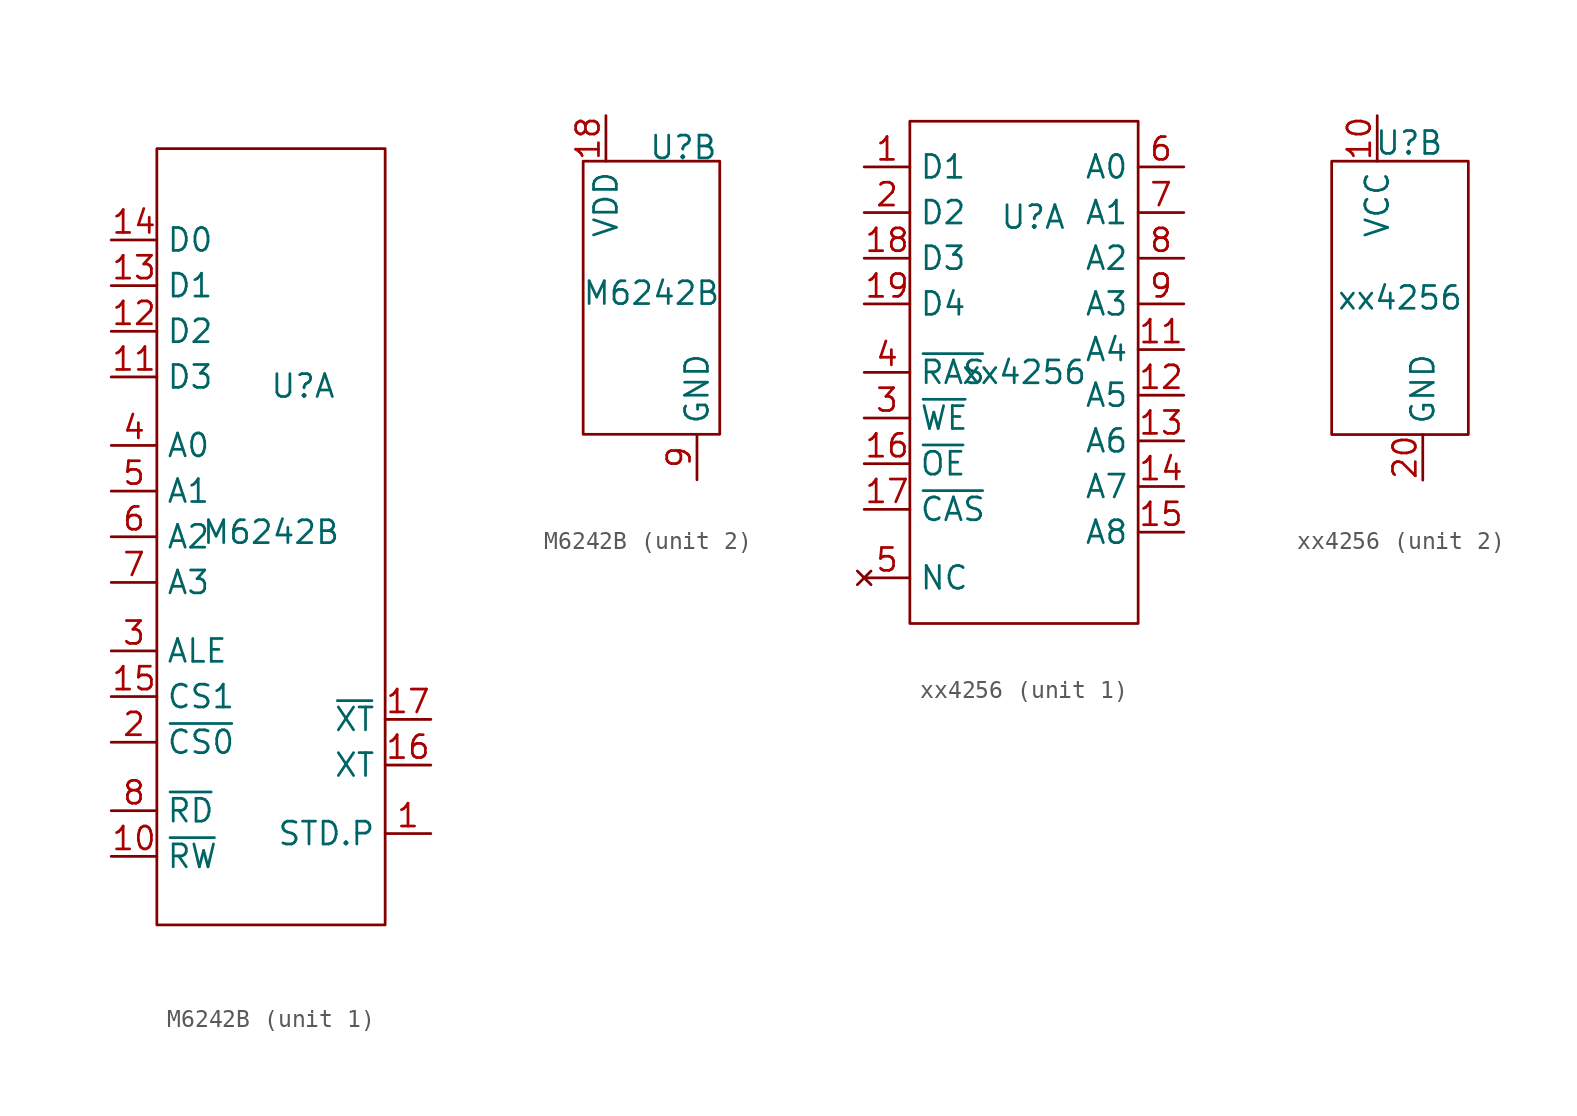
<source format=kicad_sym>
(kicad_symbol_lib
  (version 20241209)
  (generator "kicad_symbol_editor")
  (generator_version "9.0")
  (symbol "M6242B"
    (property "Reference" "U"
      (at 1.778 8.382 0)
      (effects (font (size 1.27 1.27))))
    (property "Value" "M6242B"
      (at 0 0.254 0)
      (effects (font (size 1.27 1.27))))
    (property "ki_locked" ""
      (at 0 0 0)
      (effects (font (size 1.27 1.27))))
    (symbol "M6242B_1_0"
      (rectangle (start -6.35 21.59) (end 6.35 -21.59) (stroke (width 0) (type solid)) (fill (type none))))
    (symbol "M6242B_1_1"
      (pin bidirectional line (at -8.89 16.51 0) (length 2.54) (name "D0" (effects (font (size 1.27 1.27)))) (number "14" (effects (font (size 1.27 1.27)))))
      (pin bidirectional line (at -8.89 13.97 0) (length 2.54) (name "D1" (effects (font (size 1.27 1.27)))) (number "13" (effects (font (size 1.27 1.27)))))
      (pin bidirectional line (at -8.89 11.43 0) (length 2.54) (name "D2" (effects (font (size 1.27 1.27)))) (number "12" (effects (font (size 1.27 1.27)))))
      (pin bidirectional line (at -8.89 8.89 0) (length 2.54) (name "D3" (effects (font (size 1.27 1.27)))) (number "11" (effects (font (size 1.27 1.27)))))
      (pin input line (at -8.89 5.08 0) (length 2.54) (name "A0" (effects (font (size 1.27 1.27)))) (number "4" (effects (font (size 1.27 1.27)))))
      (pin input line (at -8.89 2.54 0) (length 2.54) (name "A1" (effects (font (size 1.27 1.27)))) (number "5" (effects (font (size 1.27 1.27)))))
      (pin input line (at -8.89 0 0) (length 2.54) (name "A2" (effects (font (size 1.27 1.27)))) (number "6" (effects (font (size 1.27 1.27)))))
      (pin input line (at -8.89 -2.54 0) (length 2.54) (name "A3" (effects (font (size 1.27 1.27)))) (number "7" (effects (font (size 1.27 1.27)))))
      (pin input line (at -8.89 -6.35 0) (length 2.54) (name "ALE" (effects (font (size 1.27 1.27)))) (number "3" (effects (font (size 1.27 1.27)))))
      (pin input line (at -8.89 -8.89 0) (length 2.54) (name "CS1" (effects (font (size 1.27 1.27)))) (number "15" (effects (font (size 1.27 1.27)))))
      (pin input line (at -8.89 -11.43 0) (length 2.54) (name "~{CS0}" (effects (font (size 1.27 1.27)))) (number "2" (effects (font (size 1.27 1.27)))))
      (pin input line (at -8.89 -15.24 0) (length 2.54) (name "~{RD}" (effects (font (size 1.27 1.27)))) (number "8" (effects (font (size 1.27 1.27)))))
      (pin input line (at -8.89 -17.78 0) (length 2.54) (name "~{RW}" (effects (font (size 1.27 1.27)))) (number "10" (effects (font (size 1.27 1.27)))))
      (pin input line (at 8.89 -10.16 180) (length 2.54) (name "~{XT}" (effects (font (size 1.27 1.27)))) (number "17" (effects (font (size 1.27 1.27)))))
      (pin input line (at 8.89 -12.7 180) (length 2.54) (name "XT" (effects (font (size 1.27 1.27)))) (number "16" (effects (font (size 1.27 1.27)))))
      (pin output line (at 8.89 -16.51 180) (length 2.54) (name "STD.P" (effects (font (size 1.27 1.27)))) (number "1" (effects (font (size 1.27 1.27))))))
    (symbol "M6242B_2_0"
      (rectangle (start -3.81 7.62) (end 3.81 -7.62) (stroke (width 0) (type solid)) (fill (type none))))
    (symbol "M6242B_2_1"
      (pin power_in line (at -2.54 10.16 270) (length 2.54) (name "VDD" (effects (font (size 1.27 1.27)))) (number "18" (effects (font (size 1.27 1.27)))))
      (pin power_in line (at 2.54 -10.16 90) (length 2.54) (name "GND" (effects (font (size 1.27 1.27)))) (number "9" (effects (font (size 1.27 1.27)))))))
  (symbol "xx4256"
    (property "Reference" "U"
      (at 0.508 8.636 0)
      (effects (font (size 1.27 1.27))))
    (property "Value" "xx4256"
      (at 0 0 0)
      (effects (font (size 1.27 1.27))))
    (property "ki_locked" ""
      (at 0 0 0)
      (effects (font (size 1.27 1.27))))
    (symbol "xx4256_1_0"
      (rectangle (start -6.35 13.97) (end 6.35 -13.97) (stroke (width 0) (type solid)) (fill (type none))))
    (symbol "xx4256_1_1"
      (pin bidirectional line (at -8.89 11.43 0) (length 2.54) (name "D1" (effects (font (size 1.27 1.27)))) (number "1" (effects (font (size 1.27 1.27)))))
      (pin bidirectional line (at -8.89 8.89 0) (length 2.54) (name "D2" (effects (font (size 1.27 1.27)))) (number "2" (effects (font (size 1.27 1.27)))))
      (pin bidirectional line (at -8.89 6.35 0) (length 2.54) (name "D3" (effects (font (size 1.27 1.27)))) (number "18" (effects (font (size 1.27 1.27)))))
      (pin bidirectional line (at -8.89 3.81 0) (length 2.54) (name "D4" (effects (font (size 1.27 1.27)))) (number "19" (effects (font (size 1.27 1.27)))))
      (pin input line (at -8.89 0 0) (length 2.54) (name "~{RAS}" (effects (font (size 1.27 1.27)))) (number "4" (effects (font (size 1.27 1.27)))))
      (pin input line (at -8.89 -2.54 0) (length 2.54) (name "~{WE}" (effects (font (size 1.27 1.27)))) (number "3" (effects (font (size 1.27 1.27)))))
      (pin input line (at -8.89 -5.08 0) (length 2.54) (name "~{OE}" (effects (font (size 1.27 1.27)))) (number "16" (effects (font (size 1.27 1.27)))))
      (pin input line (at -8.89 -7.62 0) (length 2.54) (name "~{CAS}" (effects (font (size 1.27 1.27)))) (number "17" (effects (font (size 1.27 1.27)))))
      (pin no_connect line (at -8.89 -11.43 0) (length 2.54) (name "NC" (effects (font (size 1.27 1.27)))) (number "5" (effects (font (size 1.27 1.27)))))
      (pin input line (at 8.89 11.43 180) (length 2.54) (name "A0" (effects (font (size 1.27 1.27)))) (number "6" (effects (font (size 1.27 1.27)))))
      (pin input line (at 8.89 8.89 180) (length 2.54) (name "A1" (effects (font (size 1.27 1.27)))) (number "7" (effects (font (size 1.27 1.27)))))
      (pin input line (at 8.89 6.35 180) (length 2.54) (name "A2" (effects (font (size 1.27 1.27)))) (number "8" (effects (font (size 1.27 1.27)))))
      (pin input line (at 8.89 3.81 180) (length 2.54) (name "A3" (effects (font (size 1.27 1.27)))) (number "9" (effects (font (size 1.27 1.27)))))
      (pin input line (at 8.89 1.27 180) (length 2.54) (name "A4" (effects (font (size 1.27 1.27)))) (number "11" (effects (font (size 1.27 1.27)))))
      (pin input line (at 8.89 -1.27 180) (length 2.54) (name "A5" (effects (font (size 1.27 1.27)))) (number "12" (effects (font (size 1.27 1.27)))))
      (pin input line (at 8.89 -3.81 180) (length 2.54) (name "A6" (effects (font (size 1.27 1.27)))) (number "13" (effects (font (size 1.27 1.27)))))
      (pin input line (at 8.89 -6.35 180) (length 2.54) (name "A7" (effects (font (size 1.27 1.27)))) (number "14" (effects (font (size 1.27 1.27)))))
      (pin input line (at 8.89 -8.89 180) (length 2.54) (name "A8" (effects (font (size 1.27 1.27)))) (number "15" (effects (font (size 1.27 1.27))))))
    (symbol "xx4256_2_0"
      (rectangle (start -3.81 7.62) (end 3.81 -7.62) (stroke (width 0) (type solid)) (fill (type none))))
    (symbol "xx4256_2_1"
      (pin power_in line (at -1.27 10.16 270) (length 2.54) (name "VCC" (effects (font (size 1.27 1.27)))) (number "10" (effects (font (size 1.27 1.27)))))
      (pin power_in line (at 1.27 -10.16 90) (length 2.54) (name "GND" (effects (font (size 1.27 1.27)))) (number "20" (effects (font (size 1.27 1.27))))))))
</source>
